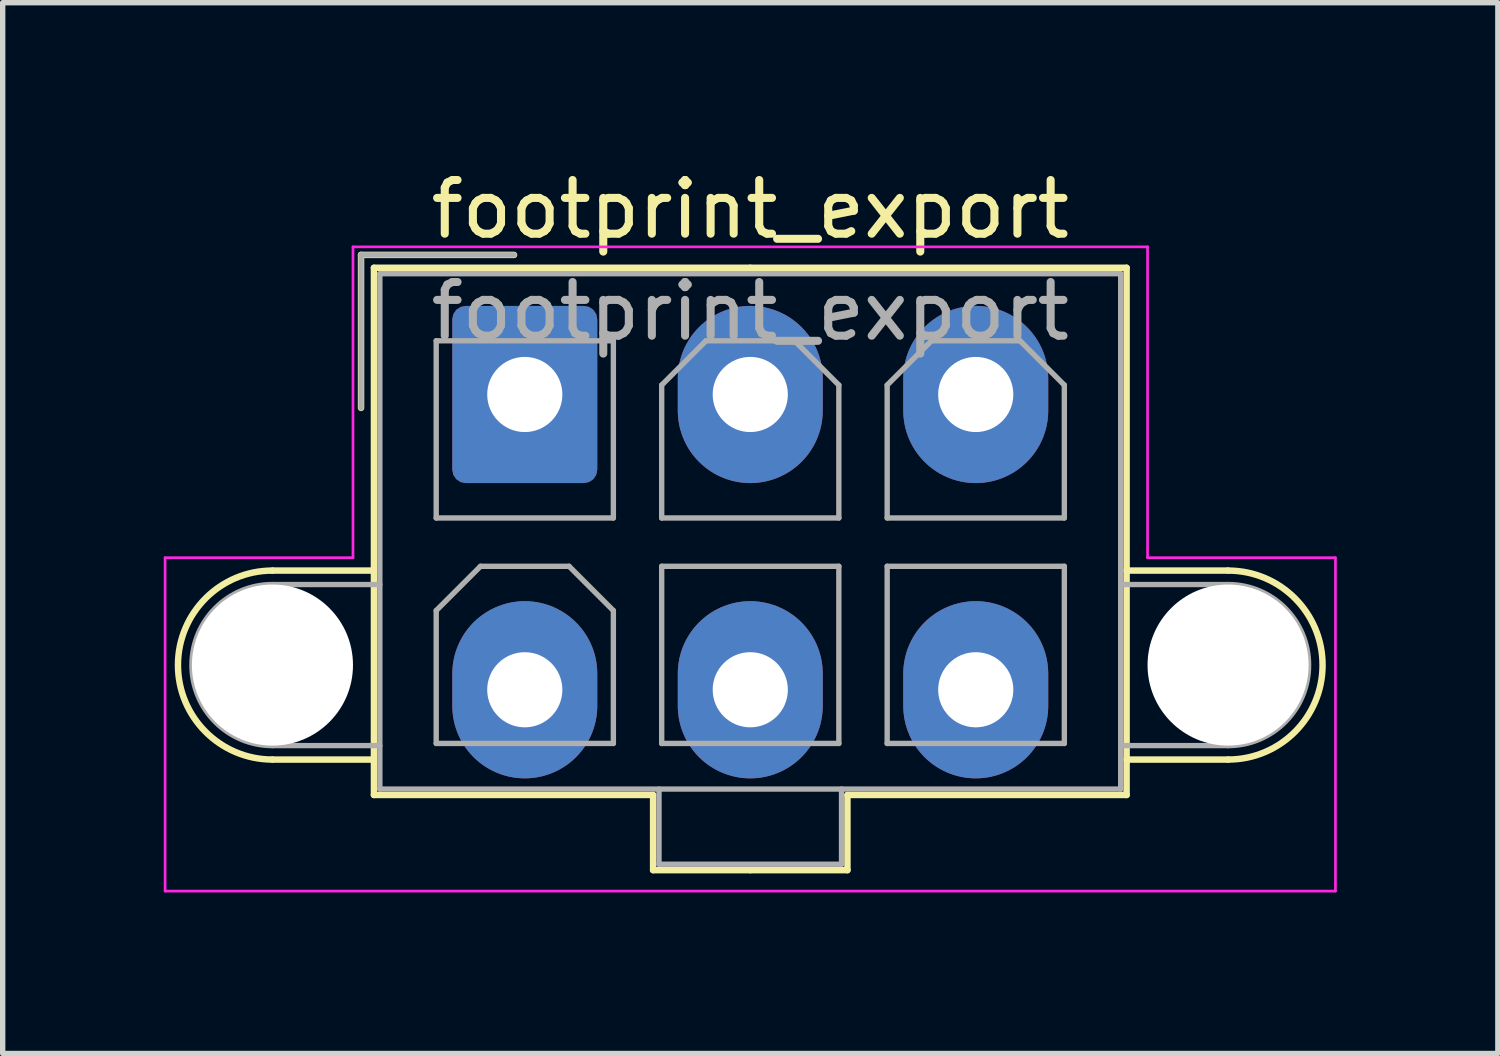
<source format=kicad_pcb>
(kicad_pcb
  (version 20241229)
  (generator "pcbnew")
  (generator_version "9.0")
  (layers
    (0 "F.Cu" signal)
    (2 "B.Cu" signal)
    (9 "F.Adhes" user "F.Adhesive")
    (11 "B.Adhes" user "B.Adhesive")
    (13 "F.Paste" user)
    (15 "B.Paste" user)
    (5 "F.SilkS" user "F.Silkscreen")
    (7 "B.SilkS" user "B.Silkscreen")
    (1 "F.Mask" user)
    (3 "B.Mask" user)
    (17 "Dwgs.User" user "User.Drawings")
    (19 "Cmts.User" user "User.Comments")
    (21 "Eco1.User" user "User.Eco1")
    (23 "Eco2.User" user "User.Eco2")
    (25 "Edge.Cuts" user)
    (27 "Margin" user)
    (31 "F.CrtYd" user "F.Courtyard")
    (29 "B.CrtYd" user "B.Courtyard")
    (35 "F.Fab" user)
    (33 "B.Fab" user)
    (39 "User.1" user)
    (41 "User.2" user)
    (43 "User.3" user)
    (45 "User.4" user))
  (footprint "footprint_export"
    (layer "F.Cu")
    (at 6.725 4.298)
    (property "Reference" "footprint_export" (at 4.2 -3.45 0) (layer "F.SilkS") (effects (font (size 1 1) (thickness 0.15))))
    (attr through_hole)
    (fp_line (start -4.7 3.28) (end -2.81 3.28) (stroke (width 0.12) (type solid)) (layer "F.SilkS"))
    (fp_line (start -4.7 6.8) (end -2.81 6.8) (stroke (width 0.12) (type solid)) (layer "F.SilkS"))
    (fp_line (start -3.05 -2.6) (end -3.05 0.25) (stroke (width 0.12) (type solid)) (layer "F.SilkS"))
    (fp_line (start -2.81 -2.36) (end -2.81 7.46) (stroke (width 0.12) (type solid)) (layer "F.SilkS"))
    (fp_line (start -2.81 7.46) (end 2.39 7.46) (stroke (width 0.12) (type solid)) (layer "F.SilkS"))
    (fp_line (start -0.2 -2.6) (end -3.05 -2.6) (stroke (width 0.12) (type solid)) (layer "F.SilkS"))
    (fp_line (start 2.39 7.46) (end 2.39 8.86) (stroke (width 0.12) (type solid)) (layer "F.SilkS"))
    (fp_line (start 2.39 8.86) (end 4.2 8.86) (stroke (width 0.12) (type solid)) (layer "F.SilkS"))
    (fp_line (start 4.2 -2.36) (end -2.81 -2.36) (stroke (width 0.12) (type solid)) (layer "F.SilkS"))
    (fp_line (start 4.2 -2.36) (end 11.21 -2.36) (stroke (width 0.12) (type solid)) (layer "F.SilkS"))
    (fp_line (start 6.01 7.46) (end 6.01 8.86) (stroke (width 0.12) (type solid)) (layer "F.SilkS"))
    (fp_line (start 6.01 8.86) (end 4.2 8.86) (stroke (width 0.12) (type solid)) (layer "F.SilkS"))
    (fp_line (start 11.21 -2.36) (end 11.21 7.46) (stroke (width 0.12) (type solid)) (layer "F.SilkS"))
    (fp_line (start 11.21 7.46) (end 6.01 7.46) (stroke (width 0.12) (type solid)) (layer "F.SilkS"))
    (fp_line (start 13.1 3.28) (end 11.21 3.28) (stroke (width 0.12) (type solid)) (layer "F.SilkS"))
    (fp_line (start 13.1 6.8) (end 11.21 6.8) (stroke (width 0.12) (type solid)) (layer "F.SilkS"))
    (fp_arc (start -4.7 6.8) (mid -6.46 5.04) (end -4.7 3.28) (stroke (width 0.12) (type solid)) (layer "F.SilkS"))
    (fp_arc (start 13.1 3.28) (mid 14.86 5.04) (end 13.1 6.8) (stroke (width 0.12) (type solid)) (layer "F.SilkS"))
    (fp_line (start -6.7 3.04) (end -6.7 9.25) (stroke (width 0.05) (type solid)) (layer "F.CrtYd"))
    (fp_line (start -6.7 9.25) (end 15.1 9.25) (stroke (width 0.05) (type solid)) (layer "F.CrtYd"))
    (fp_line (start -3.2 -2.75) (end -3.2 3.04) (stroke (width 0.05) (type solid)) (layer "F.CrtYd"))
    (fp_line (start -3.2 3.04) (end -6.7 3.04) (stroke (width 0.05) (type solid)) (layer "F.CrtYd"))
    (fp_line (start 11.6 -2.75) (end -3.2 -2.75) (stroke (width 0.05) (type solid)) (layer "F.CrtYd"))
    (fp_line (start 11.6 3.04) (end 11.6 -2.75) (stroke (width 0.05) (type solid)) (layer "F.CrtYd"))
    (fp_line (start 15.1 3.04) (end 11.6 3.04) (stroke (width 0.05) (type solid)) (layer "F.CrtYd"))
    (fp_line (start 15.1 9.25) (end 15.1 3.04) (stroke (width 0.05) (type solid)) (layer "F.CrtYd"))
    (fp_line (start -4.7 3.54) (end -2.7 3.54) (stroke (width 0.1) (type solid)) (layer "F.Fab"))
    (fp_line (start -4.7 6.54) (end -2.7 6.54) (stroke (width 0.1) (type solid)) (layer "F.Fab"))
    (fp_line (start -3.05 -2.6) (end -3.05 0.25) (stroke (width 0.1) (type solid)) (layer "F.Fab"))
    (fp_line (start -2.7 -2.25) (end -2.7 7.35) (stroke (width 0.1) (type solid)) (layer "F.Fab"))
    (fp_line (start -2.7 7.35) (end 11.1 7.35) (stroke (width 0.1) (type solid)) (layer "F.Fab"))
    (fp_line (start -1.65 -1) (end -1.65 2.3) (stroke (width 0.1) (type solid)) (layer "F.Fab"))
    (fp_line (start -1.65 2.3) (end 1.65 2.3) (stroke (width 0.1) (type solid)) (layer "F.Fab"))
    (fp_line (start -1.65 4.025) (end -0.825 3.2) (stroke (width 0.1) (type solid)) (layer "F.Fab"))
    (fp_line (start -1.65 6.5) (end -1.65 4.025) (stroke (width 0.1) (type solid)) (layer "F.Fab"))
    (fp_line (start -0.825 3.2) (end 0.825 3.2) (stroke (width 0.1) (type solid)) (layer "F.Fab"))
    (fp_line (start -0.2 -2.6) (end -3.05 -2.6) (stroke (width 0.1) (type solid)) (layer "F.Fab"))
    (fp_line (start 0.825 3.2) (end 1.65 4.025) (stroke (width 0.1) (type solid)) (layer "F.Fab"))
    (fp_line (start 1.65 -1) (end -1.65 -1) (stroke (width 0.1) (type solid)) (layer "F.Fab"))
    (fp_line (start 1.65 2.3) (end 1.65 -1) (stroke (width 0.1) (type solid)) (layer "F.Fab"))
    (fp_line (start 1.65 4.025) (end 1.65 6.5) (stroke (width 0.1) (type solid)) (layer "F.Fab"))
    (fp_line (start 1.65 6.5) (end -1.65 6.5) (stroke (width 0.1) (type solid)) (layer "F.Fab"))
    (fp_line (start 2.5 7.35) (end 2.5 8.75) (stroke (width 0.1) (type solid)) (layer "F.Fab"))
    (fp_line (start 2.5 8.75) (end 5.9 8.75) (stroke (width 0.1) (type solid)) (layer "F.Fab"))
    (fp_line (start 2.55 -0.175) (end 3.375 -1) (stroke (width 0.1) (type solid)) (layer "F.Fab"))
    (fp_line (start 2.55 2.3) (end 2.55 -0.175) (stroke (width 0.1) (type solid)) (layer "F.Fab"))
    (fp_line (start 2.55 3.2) (end 2.55 6.5) (stroke (width 0.1) (type solid)) (layer "F.Fab"))
    (fp_line (start 2.55 6.5) (end 5.85 6.5) (stroke (width 0.1) (type solid)) (layer "F.Fab"))
    (fp_line (start 3.375 -1) (end 5.025 -1) (stroke (width 0.1) (type solid)) (layer "F.Fab"))
    (fp_line (start 5.025 -1) (end 5.85 -0.175) (stroke (width 0.1) (type solid)) (layer "F.Fab"))
    (fp_line (start 5.85 -0.175) (end 5.85 2.3) (stroke (width 0.1) (type solid)) (layer "F.Fab"))
    (fp_line (start 5.85 2.3) (end 2.55 2.3) (stroke (width 0.1) (type solid)) (layer "F.Fab"))
    (fp_line (start 5.85 3.2) (end 2.55 3.2) (stroke (width 0.1) (type solid)) (layer "F.Fab"))
    (fp_line (start 5.85 6.5) (end 5.85 3.2) (stroke (width 0.1) (type solid)) (layer "F.Fab"))
    (fp_line (start 5.9 8.75) (end 5.9 7.35) (stroke (width 0.1) (type solid)) (layer "F.Fab"))
    (fp_line (start 6.75 -0.175) (end 7.575 -1) (stroke (width 0.1) (type solid)) (layer "F.Fab"))
    (fp_line (start 6.75 2.3) (end 6.75 -0.175) (stroke (width 0.1) (type solid)) (layer "F.Fab"))
    (fp_line (start 6.75 3.2) (end 6.75 6.5) (stroke (width 0.1) (type solid)) (layer "F.Fab"))
    (fp_line (start 6.75 6.5) (end 10.05 6.5) (stroke (width 0.1) (type solid)) (layer "F.Fab"))
    (fp_line (start 7.575 -1) (end 9.225 -1) (stroke (width 0.1) (type solid)) (layer "F.Fab"))
    (fp_line (start 9.225 -1) (end 10.05 -0.175) (stroke (width 0.1) (type solid)) (layer "F.Fab"))
    (fp_line (start 10.05 -0.175) (end 10.05 2.3) (stroke (width 0.1) (type solid)) (layer "F.Fab"))
    (fp_line (start 10.05 2.3) (end 6.75 2.3) (stroke (width 0.1) (type solid)) (layer "F.Fab"))
    (fp_line (start 10.05 3.2) (end 6.75 3.2) (stroke (width 0.1) (type solid)) (layer "F.Fab"))
    (fp_line (start 10.05 6.5) (end 10.05 3.2) (stroke (width 0.1) (type solid)) (layer "F.Fab"))
    (fp_line (start 11.1 -2.25) (end -2.7 -2.25) (stroke (width 0.1) (type solid)) (layer "F.Fab"))
    (fp_line (start 11.1 7.35) (end 11.1 -2.25) (stroke (width 0.1) (type solid)) (layer "F.Fab"))
    (fp_line (start 13.1 3.54) (end 11.1 3.54) (stroke (width 0.1) (type solid)) (layer "F.Fab"))
    (fp_line (start 13.1 6.54) (end 11.1 6.54) (stroke (width 0.1) (type solid)) (layer "F.Fab"))
    (fp_arc (start -4.7 6.54) (mid -6.2 5.04) (end -4.7 3.54) (stroke (width 0.1) (type solid)) (layer "F.Fab"))
    (fp_arc (start 13.1 3.54) (mid 14.6 5.04) (end 13.1 6.54) (stroke (width 0.1) (type solid)) (layer "F.Fab"))
    (fp_text user "${REFERENCE}" (at 4.2 -1.55 0) (layer "F.Fab") (effects (font (size 1 1) (thickness 0.15))))
    (pad "" np_thru_hole circle (at -4.7 5.04) (size 3 3) (drill 3) (layers "*.Cu" "*.Mask"))
    (pad "" np_thru_hole circle (at 13.1 5.04) (size 3 3) (drill 3) (layers "*.Cu" "*.Mask"))
    (pad "1" thru_hole roundrect (at 0 0) (size 2.7 3.3) (drill 1.4) (layers "*.Cu" "*.Mask") (roundrect_rratio 0.093))
    (pad "2" thru_hole oval (at 4.2 0) (size 2.7 3.3) (drill 1.4) (layers "*.Cu" "*.Mask"))
    (pad "3" thru_hole oval (at 8.4 0) (size 2.7 3.3) (drill 1.4) (layers "*.Cu" "*.Mask"))
    (pad "4" thru_hole oval (at 0 5.5) (size 2.7 3.3) (drill 1.4) (layers "*.Cu" "*.Mask"))
    (pad "5" thru_hole oval (at 4.2 5.5) (size 2.7 3.3) (drill 1.4) (layers "*.Cu" "*.Mask"))
    (pad "6" thru_hole oval (at 8.4 5.5) (size 2.7 3.3) (drill 1.4) (layers "*.Cu" "*.Mask")))
  (gr_rect
    (start -3 -3)
    (end 24.85 16.573)
    (stroke (width 0.1) (type default))
    (fill no)
    (layer "Edge.Cuts")))
</source>
